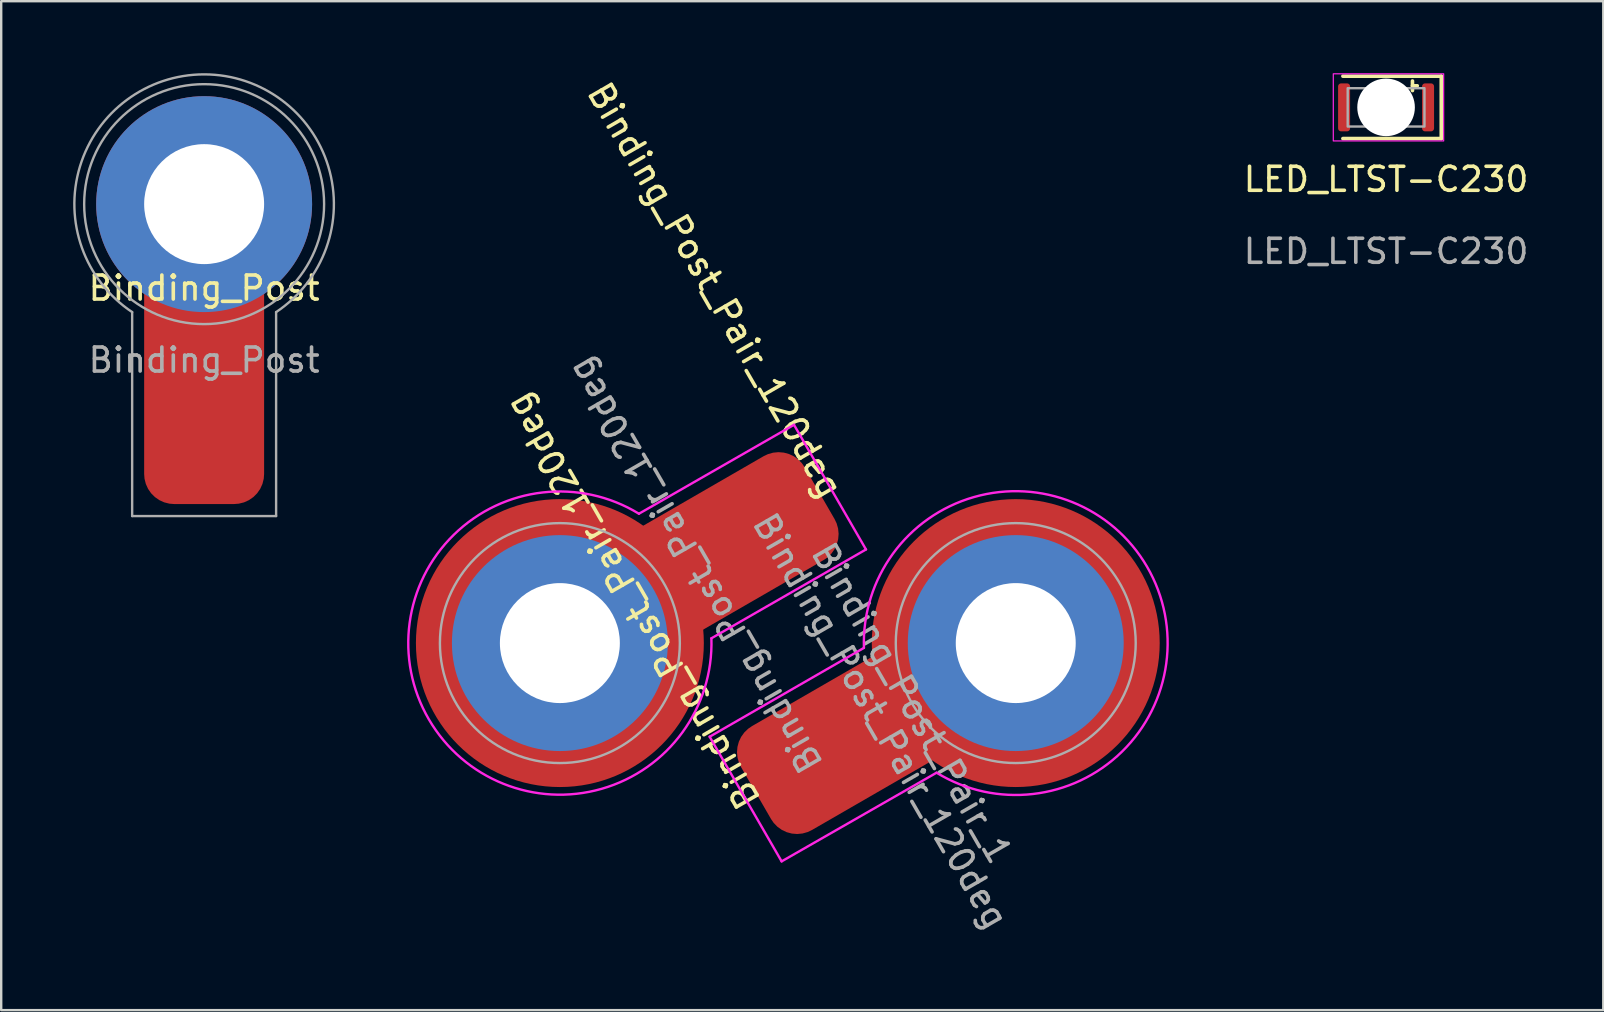
<source format=kicad_pcb>
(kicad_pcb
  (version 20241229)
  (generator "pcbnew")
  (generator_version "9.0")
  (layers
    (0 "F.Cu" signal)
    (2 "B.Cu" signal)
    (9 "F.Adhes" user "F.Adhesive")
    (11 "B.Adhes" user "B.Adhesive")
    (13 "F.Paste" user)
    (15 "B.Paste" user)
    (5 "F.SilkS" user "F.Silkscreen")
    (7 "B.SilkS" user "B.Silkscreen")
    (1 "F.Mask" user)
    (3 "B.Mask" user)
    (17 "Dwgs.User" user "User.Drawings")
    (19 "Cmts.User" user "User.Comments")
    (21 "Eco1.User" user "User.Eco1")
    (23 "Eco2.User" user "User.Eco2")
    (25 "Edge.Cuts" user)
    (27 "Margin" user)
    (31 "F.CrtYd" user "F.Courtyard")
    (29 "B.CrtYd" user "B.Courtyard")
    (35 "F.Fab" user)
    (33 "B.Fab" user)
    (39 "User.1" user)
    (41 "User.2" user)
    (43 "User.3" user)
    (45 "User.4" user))
  (footprint "Binding_Post_Pair_120deg"
    (layer "F.Cu")
    (at 29.785 23.753)
    (property "Reference" "Binding_Post_Pair_120deg" (at -6.469 -1.75 120) (unlocked yes) (layer "F.SilkS") (effects (font (size 1 1) (thickness 0.15))))
    (property "Value" "Binding_Post_Pair_1" (at -5.17 -2.5 120) (unlocked yes) (layer "F.Fab") (hide yes) (effects (font (size 1 1) (thickness 0.15))))
    (attr through_hole)
    (fp_line (start -3.258 3.902) (end -0.258 9.098) (stroke (width 0.1) (type default)) (layer "F.CrtYd"))
    (fp_line (start -3.185 -0.2) (end 3.258 -3.902) (stroke (width 0.1) (type default)) (layer "F.CrtYd"))
    (fp_line (start -0.258 9.098) (end 6.199 5.402) (stroke (width 0.1) (type default)) (layer "F.CrtYd"))
    (fp_line (start 0.258 -9.098) (end -6.205 -5.392) (stroke (width 0.1) (type default)) (layer "F.CrtYd"))
    (fp_line (start 3.172 0.2) (end -3.258 3.902) (stroke (width 0.1) (type default)) (layer "F.CrtYd"))
    (fp_line (start 3.258 -3.902) (end 0.258 -9.098) (stroke (width 0.1) (type default)) (layer "F.CrtYd"))
    (fp_arc (start -3.184614 -0.2) (mid -14.961401 3.177609) (end -6.205188 -5.391504) (stroke (width 0.1) (type default)) (layer "F.CrtYd"))
    (fp_arc (start 3.172318 0.2) (mid 14.972121 -3.183622) (end 6.198782 5.401992) (stroke (width 0.1) (type default)) (layer "F.CrtYd"))
    (fp_circle (center -9.5 0) (end -12 -4.33) (stroke (width 0.1) (type default)) (fill no) (layer "F.Fab"))
    (fp_circle (center 9.5 0) (end 12 4.33) (stroke (width 0.1) (type default)) (fill no) (layer "F.Fab"))
    (fp_text user "${REFERENCE}" (at -3.031 -14.704 300) (unlocked yes) (layer "F.SilkS") (effects (font (size 1 1) (thickness 0.15))))
    (fp_text user "${REFERENCE}" (at -3.871 -3.25 120) (unlocked yes) (layer "F.Fab") (effects (font (size 1 1) (thickness 0.15))))
    (fp_text user "${REFERENCE}" (at 3.871 3.25 300) (unlocked yes) (layer "F.Fab") (effects (font (size 1 1) (thickness 0.15))))
    (fp_text user "${VALUE}" (at 5.17 2.5 300) (unlocked yes) (layer "F.Fab") (effects (font (size 1 1) (thickness 0.15))))
    (pad "1" thru_hole circle (at -9.5 0 120) (size 9 9) (drill 5) (layers "*.Cu" "*.Mask"))
    (pad "1" smd circle (at -9.5 0 120) (size 12 12) (layers "F.Cu" "F.Mask"))
    (pad "1" smd roundrect (at -3.005 -3.75 120) (size 5 10) (layers "F.Cu" "F.Mask") (roundrect_rratio 0.25))
    (pad "2" smd roundrect (at 3.005 3.75 300) (size 5 10) (layers "F.Cu" "F.Mask") (roundrect_rratio 0.25))
    (pad "2" thru_hole circle (at 9.5 0 300) (size 9 9) (drill 5) (layers "*.Cu" "*.Mask"))
    (pad "2" smd circle (at 9.5 0 300) (size 12 12) (layers "F.Cu" "F.Mask")))
  (footprint "Binding_Post"
    (layer "F.Cu")
    (at 5.458 5.458)
    (property "Reference" "Binding_Post" (at 0 3.5 0) (unlocked yes) (layer "F.SilkS") (effects (font (size 1 1) (thickness 0.15))))
    (attr through_hole)
    (fp_line (start -3 13) (end 3 13) (stroke (width 0.1) (type default)) (layer "F.Fab"))
    (fp_line (start -3 4.5) (end -3 13) (stroke (width 0.1) (type default)) (layer "F.Fab"))
    (fp_line (start 3 13) (end 3 4.5) (stroke (width 0.1) (type default)) (layer "F.Fab"))
    (fp_arc (start -2.999999 4.499999) (mid 0 -5.408326) (end 2.999999 4.499999) (stroke (width 0.1) (type default)) (layer "F.Fab"))
    (fp_circle (center 0 0) (end 5 0) (stroke (width 0.1) (type default)) (fill no) (layer "F.Fab"))
    (fp_text user "${REFERENCE}" (at 0 6.5 0) (unlocked yes) (layer "F.Fab") (effects (font (size 1 1) (thickness 0.15))))
    (pad "1" thru_hole circle (at 0 0) (size 9 9) (drill 5) (layers "*.Cu" "*.Mask"))
    (pad "1" smd roundrect (at 0 7.5) (size 5 10) (layers "F.Cu" "F.Mask") (roundrect_rratio 0.25)))
  (footprint "LED_LTST-C230"
    (layer "F.Cu")
    (at 54.72 1.425)
    (property "Reference" "LED_LTST-C230" (at 0 3 0) (unlocked yes) (layer "F.SilkS") (effects (font (size 1 1) (thickness 0.15))))
    (attr smd)
    (fp_line (start -1.8 1.3) (end 2.3 1.3) (stroke (width 0.15) (type default)) (layer "F.SilkS"))
    (fp_line (start 1.1 -1.1) (end 1.1 -0.7) (stroke (width 0.15) (type default)) (layer "F.SilkS"))
    (fp_line (start 1.1 -0.9) (end 1.3 -0.9) (stroke (width 0.15) (type default)) (layer "F.SilkS"))
    (fp_line (start 2.3 -1.3) (end -1.8 -1.3) (stroke (width 0.15) (type default)) (layer "F.SilkS"))
    (fp_line (start 2.3 1.3) (end 2.3 -1.3) (stroke (width 0.15) (type default)) (layer "F.SilkS"))
    (fp_rect (start -2.2 -1.4) (end 2.4 1.4) (stroke (width 0.05) (type default)) (fill no) (layer "F.CrtYd"))
    (fp_rect (start -1.6 0.8) (end 1.6 -0.8) (stroke (width 0.1) (type default)) (fill no) (layer "F.Fab"))
    (fp_rect (start -0.2 -0.6) (end 0.2 0.6) (stroke (width 0.1) (type solid)) (fill no) (layer "F.Fab"))
    (fp_rect (start 0.2 -0.2) (end 0.6 0.2) (stroke (width 0.1) (type solid)) (fill no) (layer "F.Fab"))
    (fp_text user "${REFERENCE}" (at 0 6 0) (unlocked yes) (layer "F.Fab") (effects (font (size 1 1) (thickness 0.15))))
    (pad "" np_thru_hole circle (at 0 0) (size 2.4 2.4) (drill 2.4) (layers "*.Cu" "*.Mask"))
    (pad "1" smd roundrect (at 1.75 0) (size 0.5 2) (layers "F.Cu" "F.Mask" "F.Paste") (roundrect_rratio 0.25))
    (pad "2" smd roundrect (at -1.75 0) (size 0.5 2) (layers "F.Cu" "F.Mask" "F.Paste") (roundrect_rratio 0.25)))
  (gr_rect
    (start -3 -3)
    (end 63.773 39.051)
    (stroke (width 0.1) (type default))
    (fill no)
    (layer "Edge.Cuts")))
</source>
